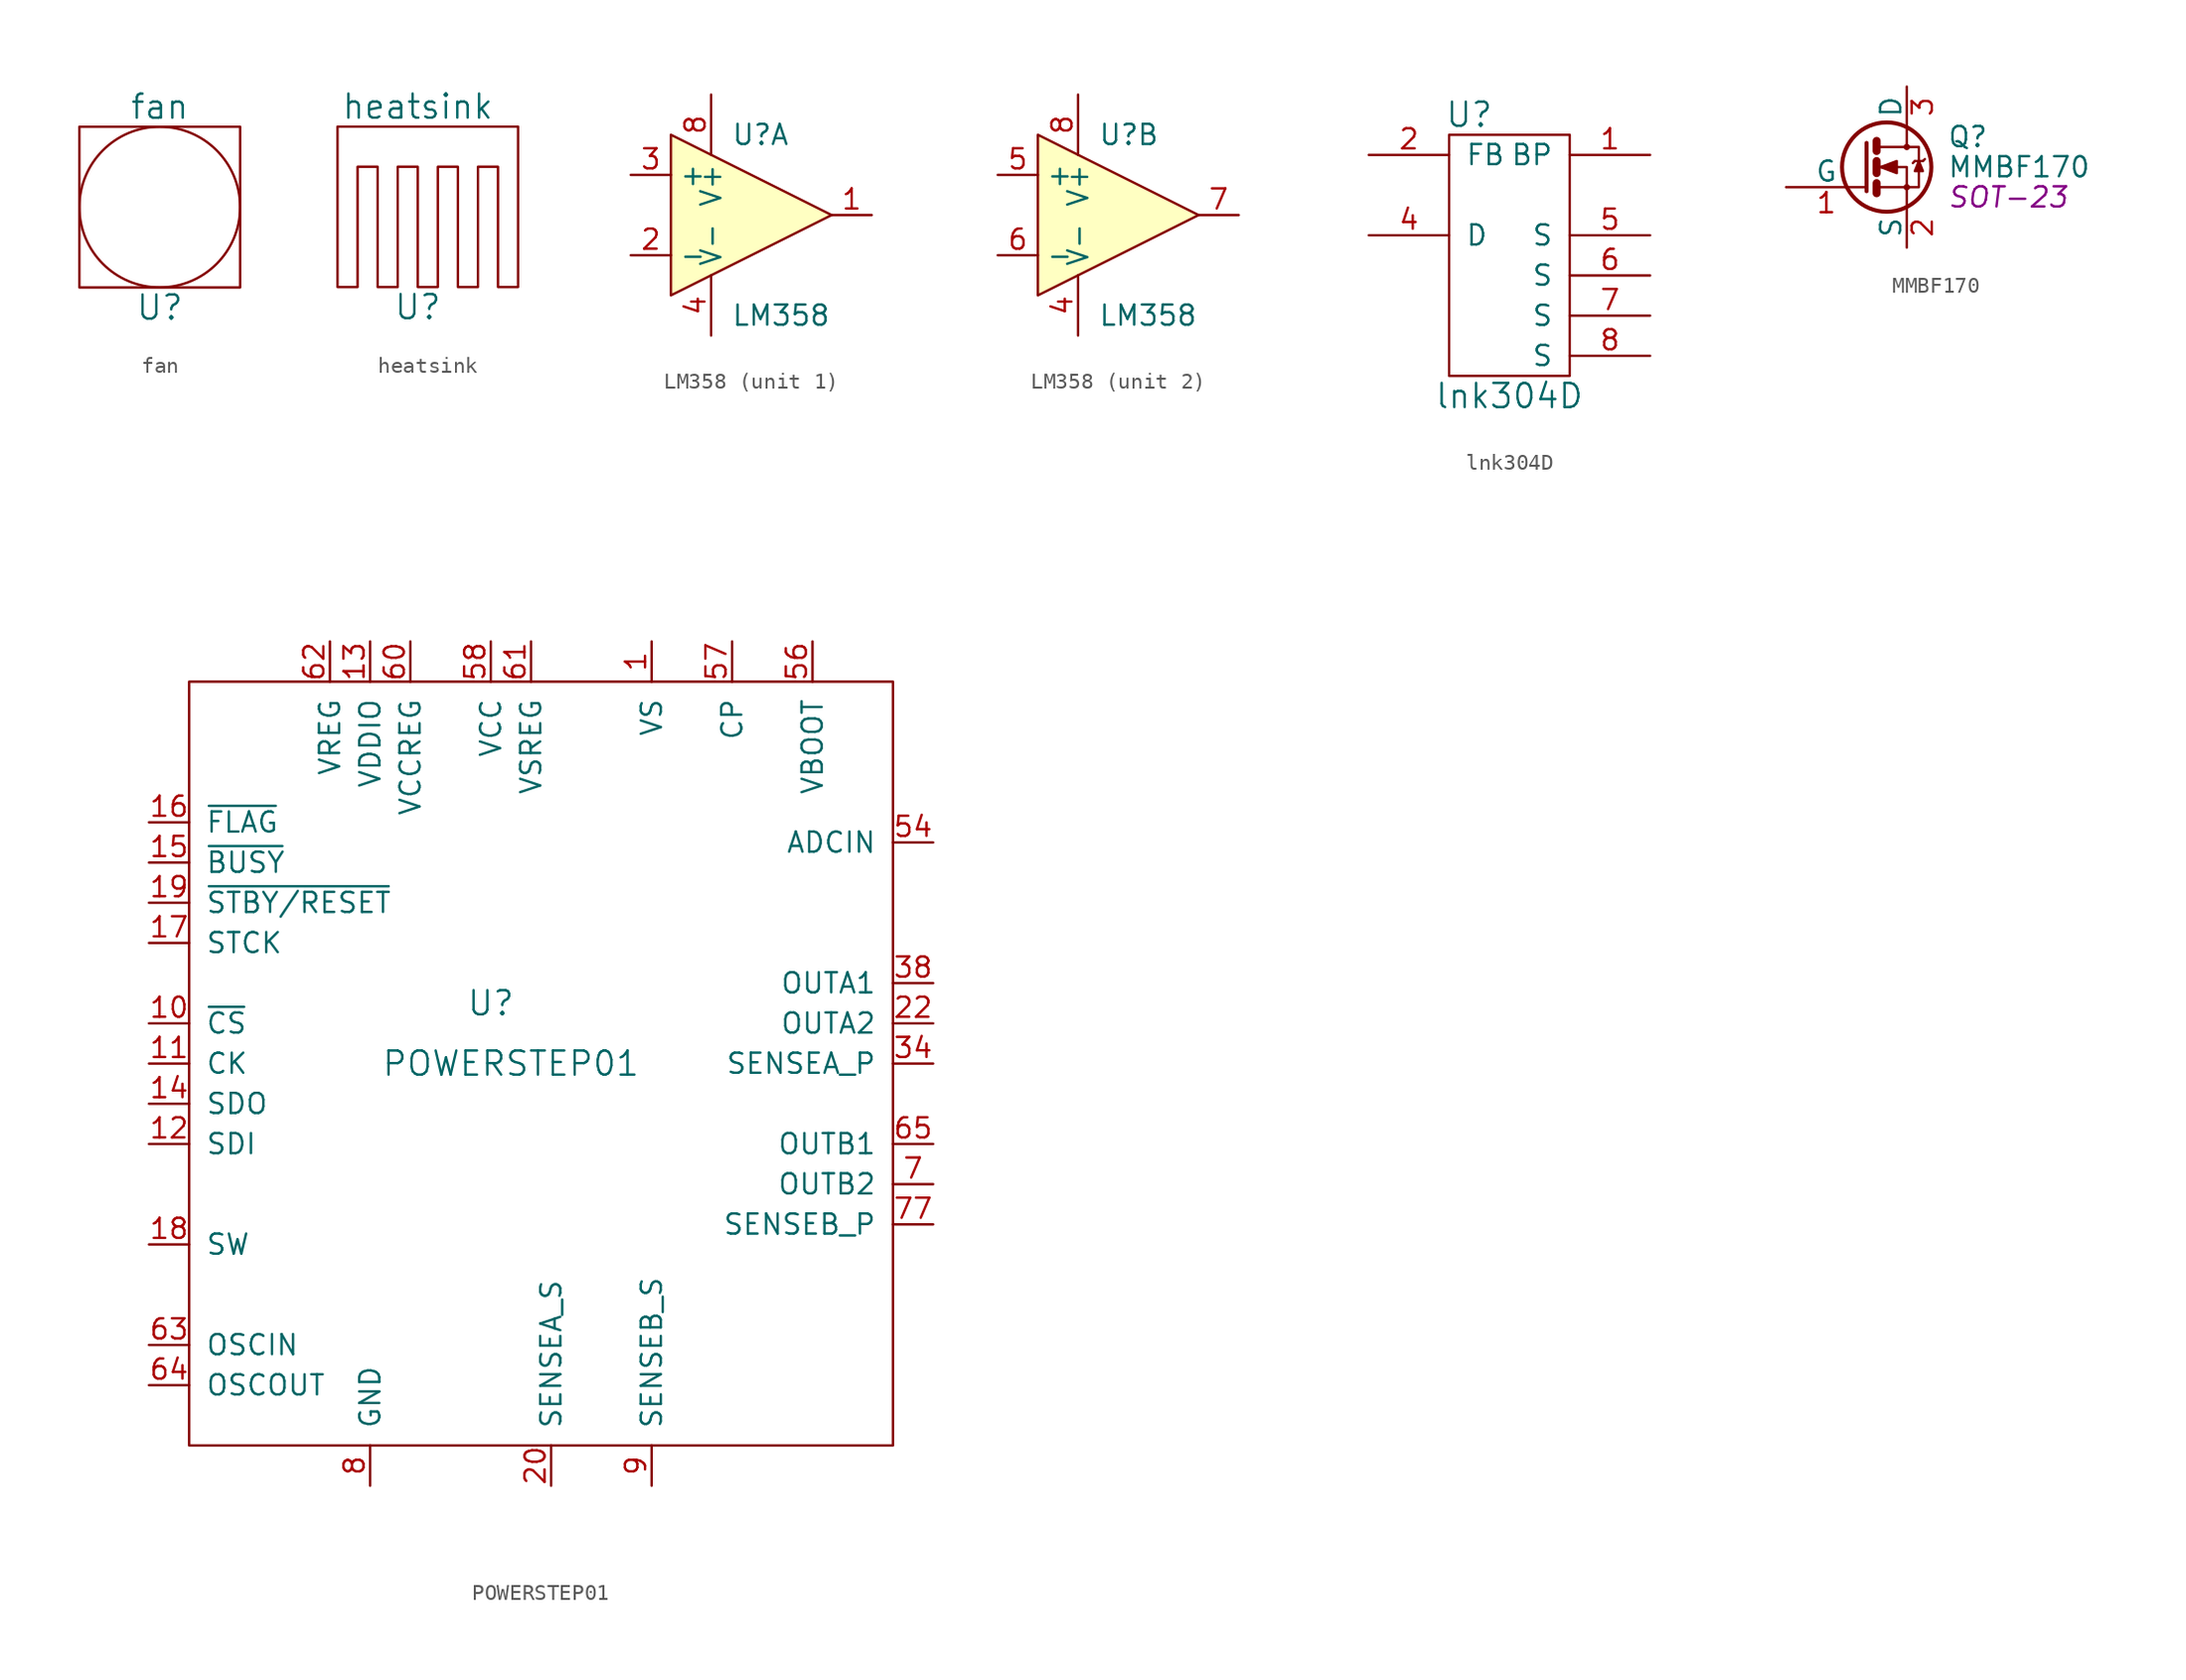
<source format=kicad_sym>
(kicad_symbol_lib
  (version 20211014)
  (generator kicad_symbol_editor)
  (symbol "fan"
    (pin_names
      (offset 1.016))
    (property "Reference" "U"
      (at 0 -6.35 0)
      (effects (font (size 1.524 1.524))))
    (property "Value" "fan"
      (at 0 6.35 0)
      (effects (font (size 1.524 1.524))))
    (symbol "fan_0_1"
      (rectangle (start -5.08 5.08) (end 5.08 -5.08) (stroke (width 0) (type default) (color 0 0 0 0)) (fill (type none)))
      (circle (center 0 0) (radius 5.08) (stroke (width 0) (type default) (color 0 0 0 0)) (fill (type none)))))
  (symbol "heatsink"
    (pin_names
      (offset 1.016))
    (property "Reference" "U"
      (at 0 -7.62 0)
      (effects (font (size 1.524 1.524))))
    (property "Value" "heatsink"
      (at 0 5.08 0)
      (effects (font (size 1.524 1.524))))
    (symbol "heatsink_0_1"
      (polyline (pts (xy -5.08 3.81) (xy 6.35 3.81) (xy 6.35 -6.35) (xy 5.08 -6.35) (xy 5.08 1.27) (xy 3.81 1.27) (xy 3.81 -6.35) (xy 2.54 -6.35) (xy 2.54 1.27) (xy 1.27 1.27) (xy 1.27 -6.35) (xy 0 -6.35) (xy 0 1.27) (xy -1.27 1.27) (xy -1.27 -6.35) (xy -2.54 -6.35) (xy -2.54 1.27) (xy -3.81 1.27) (xy -3.81 -6.35) (xy -5.08 -6.35) (xy -5.08 3.81)) (stroke (width 0) (type default) (color 0 0 0 0)) (fill (type none)))))
  (symbol "LM358"
    (property "Reference" "U"
      (at -1.27 5.08 0)
      (effects (font (size 1.27 1.27)) (justify left)))
    (property "Value" "LM358"
      (at -1.27 -6.35 0)
      (effects (font (size 1.27 1.27)) (justify left)))
    (property "Footprint" ""
      (at 0 0 0)
      (effects (font (size 1.27 1.27))))
    (property "Datasheet" ""
      (at 0 0 0)
      (effects (font (size 1.27 1.27))))
    (symbol "LM358_0_1"
      (polyline (pts (xy -5.08 5.08) (xy 5.08 0) (xy -5.08 -5.08) (xy -5.08 5.08)) (stroke (width 0.152) (type default) (color 0 0 0 0)) (fill (type background)))
      (pin power_in line (at -2.54 -7.62 90) (length 3.81) (name "V-" (effects (font (size 1.27 1.27)))) (number "4" (effects (font (size 1.27 1.27)))))
      (pin power_in line (at -2.54 7.62 270) (length 3.81) (name "V+" (effects (font (size 1.27 1.27)))) (number "8" (effects (font (size 1.27 1.27))))))
    (symbol "LM358_1_1"
      (pin output line (at 7.62 0 180) (length 2.54) (name "~" (effects (font (size 1.27 1.27)))) (number "1" (effects (font (size 1.27 1.27)))))
      (pin input line (at -7.62 -2.54 0) (length 2.54) (name "-" (effects (font (size 1.27 1.27)))) (number "2" (effects (font (size 1.27 1.27)))))
      (pin input line (at -7.62 2.54 0) (length 2.54) (name "+" (effects (font (size 1.27 1.27)))) (number "3" (effects (font (size 1.27 1.27))))))
    (symbol "LM358_2_1"
      (pin input line (at -7.62 2.54 0) (length 2.54) (name "+" (effects (font (size 1.27 1.27)))) (number "5" (effects (font (size 1.27 1.27)))))
      (pin input line (at -7.62 -2.54 0) (length 2.54) (name "-" (effects (font (size 1.27 1.27)))) (number "6" (effects (font (size 1.27 1.27)))))
      (pin output line (at 7.62 0 180) (length 2.54) (name "~" (effects (font (size 1.27 1.27)))) (number "7" (effects (font (size 1.27 1.27)))))))
  (symbol "lnk304D"
    (pin_names
      (offset 1.016))
    (property "Reference" "U"
      (at -2.54 5.08 0)
      (effects (font (size 1.524 1.524))))
    (property "Value" "lnk304D"
      (at 0 -12.7 0)
      (effects (font (size 1.524 1.524))))
    (property "Footprint" ""
      (at 0 0 0)
      (effects (font (size 1.524 1.524))))
    (property "Datasheet" ""
      (at 0 0 0)
      (effects (font (size 1.524 1.524))))
    (symbol "lnk304D_0_1"
      (rectangle (start -3.81 3.81) (end 3.81 -11.43) (stroke (width 0) (type default) (color 0 0 0 0)) (fill (type none))))
    (symbol "lnk304D_1_1"
      (pin power_in line (at 8.89 2.54 180) (length 5.08) (name "BP" (effects (font (size 1.27 1.27)))) (number "1" (effects (font (size 1.27 1.27)))))
      (pin input line (at -8.89 2.54 0) (length 5.08) (name "FB" (effects (font (size 1.27 1.27)))) (number "2" (effects (font (size 1.27 1.27)))))
      (pin power_in line (at -8.89 -2.54 0) (length 5.08) (name "D" (effects (font (size 1.27 1.27)))) (number "4" (effects (font (size 1.27 1.27)))))
      (pin power_out line (at 8.89 -2.54 180) (length 5.08) (name "S" (effects (font (size 1.27 1.27)))) (number "5" (effects (font (size 1.27 1.27)))))
      (pin power_out line (at 8.89 -5.08 180) (length 5.08) (name "S" (effects (font (size 1.27 1.27)))) (number "6" (effects (font (size 1.27 1.27)))))
      (pin power_out line (at 8.89 -7.62 180) (length 5.08) (name "S" (effects (font (size 1.27 1.27)))) (number "7" (effects (font (size 1.27 1.27)))))
      (pin power_out line (at 8.89 -10.16 180) (length 5.08) (name "S" (effects (font (size 1.27 1.27)))) (number "8" (effects (font (size 1.27 1.27)))))))
  (symbol "MMBF170"
    (pin_names
      (offset 0))
    (property "Reference" "Q"
      (at 5.08 1.905 0)
      (effects (font (size 1.27 1.27)) (justify left)))
    (property "Value" "MMBF170"
      (at 5.08 0 0)
      (effects (font (size 1.27 1.27)) (justify left)))
    (property "Footprint" "SOT-23"
      (at 5.08 -1.905 0)
      (effects (font (size 1.27 1.27) italic) (justify left)))
    (property "Datasheet" ""
      (at 0 0 0)
      (effects (font (size 1.27 1.27)) (justify left)))
    (symbol "MMBF170_0_1"
      (polyline (pts (xy 0.635 -1.016) (xy 0.635 -1.651)) (stroke (width 0.508) (type default) (color 0 0 0 0)) (fill (type none)))
      (polyline (pts (xy 0.635 0.381) (xy 0.635 -0.381)) (stroke (width 0.508) (type default) (color 0 0 0 0)) (fill (type none)))
      (polyline (pts (xy 0.635 1.651) (xy 0.635 1.016)) (stroke (width 0.508) (type default) (color 0 0 0 0)) (fill (type none)))
      (polyline (pts (xy 3.048 0.381) (xy 2.921 0.254)) (stroke (width 0) (type default) (color 0 0 0 0)) (fill (type none)))
      (polyline (pts (xy 3.048 0.381) (xy 3.556 0.381)) (stroke (width 0) (type default) (color 0 0 0 0)) (fill (type none)))
      (polyline (pts (xy 3.556 0.381) (xy 3.683 0.508)) (stroke (width 0) (type default) (color 0 0 0 0)) (fill (type none)))
      (polyline (pts (xy 0 1.524) (xy 0 -1.524) (xy 0 -1.524)) (stroke (width 0.254) (type default) (color 0 0 0 0)) (fill (type none)))
      (polyline (pts (xy 0.762 -1.27) (xy 2.54 -1.27) (xy 2.54 -2.54) (xy 2.54 -2.54)) (stroke (width 0) (type default) (color 0 0 0 0)) (fill (type none)))
      (polyline (pts (xy 0.762 1.27) (xy 2.54 1.27) (xy 2.54 2.54) (xy 2.54 2.54)) (stroke (width 0) (type default) (color 0 0 0 0)) (fill (type none)))
      (polyline (pts (xy 2.54 1.27) (xy 3.302 1.27) (xy 3.302 -1.27) (xy 2.54 -1.27)) (stroke (width 0) (type default) (color 0 0 0 0)) (fill (type none)))
      (polyline (pts (xy 3.302 0.381) (xy 3.048 -0.254) (xy 3.556 -0.254) (xy 3.302 0.381)) (stroke (width 0) (type default) (color 0 0 0 0)) (fill (type outline)))
      (polyline (pts (xy 0.762 0) (xy 1.27 0) (xy 2.54 0) (xy 2.54 -1.27) (xy 2.54 -1.27)) (stroke (width 0) (type default) (color 0 0 0 0)) (fill (type none)))
      (polyline (pts (xy 0.889 0) (xy 1.905 0.381) (xy 1.905 -0.381) (xy 0.889 0) (xy 1.016 0) (xy 1.016 0)) (stroke (width 0) (type default) (color 0 0 0 0)) (fill (type outline)))
      (circle (center 1.27 0) (radius 2.819) (stroke (width 0.254) (type default) (color 0 0 0 0)) (fill (type none)))
      (circle (center 2.54 -1.27) (radius 0.127) (stroke (width 0) (type default) (color 0 0 0 0)) (fill (type none)))
      (circle (center 2.54 1.27) (radius 0.127) (stroke (width 0) (type default) (color 0 0 0 0)) (fill (type none))))
    (symbol "MMBF170_1_1"
      (pin input line (at -5.08 -1.27 0) (length 5.08) (name "G" (effects (font (size 1.27 1.27)))) (number "1" (effects (font (size 1.27 1.27)))))
      (pin passive line (at 2.54 -5.08 90) (length 2.54) (name "S" (effects (font (size 1.27 1.27)))) (number "2" (effects (font (size 1.27 1.27)))))
      (pin passive line (at 2.54 5.08 270) (length 2.54) (name "D" (effects (font (size 1.27 1.27)))) (number "3" (effects (font (size 1.27 1.27)))))))
  (symbol "POWERSTEP01"
    (pin_names
      (offset 1.016))
    (property "Reference" "U"
      (at -1.27 5.08 0)
      (effects (font (size 1.524 1.524))))
    (property "Value" "POWERSTEP01"
      (at 0 1.27 0)
      (effects (font (size 1.524 1.524))))
    (symbol "POWERSTEP01_0_1"
      (rectangle (start 24.13 25.4) (end -20.32 -22.86) (stroke (width 0) (type default) (color 0 0 0 0)) (fill (type none))))
    (symbol "POWERSTEP01_1_1"
      (pin input line (at 8.89 27.94 270) (length 2.54) (name "VS" (effects (font (size 1.27 1.27)))) (number "1" (effects (font (size 1.27 1.27)))))
      (pin input line (at -22.86 3.81 0) (length 2.54) (name "~{CS}" (effects (font (size 1.27 1.27)))) (number "10" (effects (font (size 1.27 1.27)))))
      (pin input line (at -22.86 1.27 0) (length 2.54) (name "CK" (effects (font (size 1.27 1.27)))) (number "11" (effects (font (size 1.27 1.27)))))
      (pin input line (at -22.86 -3.81 0) (length 2.54) (name "SDI" (effects (font (size 1.27 1.27)))) (number "12" (effects (font (size 1.27 1.27)))))
      (pin input line (at -8.89 27.94 270) (length 2.54) (name "VDDIO" (effects (font (size 1.27 1.27)))) (number "13" (effects (font (size 1.27 1.27)))))
      (pin input line (at -22.86 -1.27 0) (length 2.54) (name "SDO" (effects (font (size 1.27 1.27)))) (number "14" (effects (font (size 1.27 1.27)))))
      (pin input line (at -22.86 13.97 0) (length 2.54) (name "~{BUSY}" (effects (font (size 1.27 1.27)))) (number "15" (effects (font (size 1.27 1.27)))))
      (pin input line (at -22.86 16.51 0) (length 2.54) (name "~{FLAG}" (effects (font (size 1.27 1.27)))) (number "16" (effects (font (size 1.27 1.27)))))
      (pin input line (at -22.86 8.89 0) (length 2.54) (name "STCK" (effects (font (size 1.27 1.27)))) (number "17" (effects (font (size 1.27 1.27)))))
      (pin input line (at -22.86 -10.16 0) (length 2.54) (name "SW" (effects (font (size 1.27 1.27)))) (number "18" (effects (font (size 1.27 1.27)))))
      (pin input line (at -22.86 11.43 0) (length 2.54) (name "~{STBY/RESET}" (effects (font (size 1.27 1.27)))) (number "19" (effects (font (size 1.27 1.27)))))
      (pin input line (at 2.54 -25.4 90) (length 2.54) (name "SENSEA_S" (effects (font (size 1.27 1.27)))) (number "20" (effects (font (size 1.27 1.27)))))
      (pin input line (at 26.67 3.81 180) (length 2.54) (name "OUTA2" (effects (font (size 1.27 1.27)))) (number "22" (effects (font (size 1.27 1.27)))))
      (pin input line (at 26.67 1.27 180) (length 2.54) (name "SENSEA_P" (effects (font (size 1.27 1.27)))) (number "34" (effects (font (size 1.27 1.27)))))
      (pin input line (at 26.67 6.35 180) (length 2.54) (name "OUTA1" (effects (font (size 1.27 1.27)))) (number "38" (effects (font (size 1.27 1.27)))))
      (pin input line (at 26.67 15.24 180) (length 2.54) (name "ADCIN" (effects (font (size 1.27 1.27)))) (number "54" (effects (font (size 1.27 1.27)))))
      (pin input line (at 19.05 27.94 270) (length 2.54) (name "VBOOT" (effects (font (size 1.27 1.27)))) (number "56" (effects (font (size 1.27 1.27)))))
      (pin input line (at 13.97 27.94 270) (length 2.54) (name "CP" (effects (font (size 1.27 1.27)))) (number "57" (effects (font (size 1.27 1.27)))))
      (pin input line (at -1.27 27.94 270) (length 2.54) (name "VCC" (effects (font (size 1.27 1.27)))) (number "58" (effects (font (size 1.27 1.27)))))
      (pin input line (at -6.35 27.94 270) (length 2.54) (name "VCCREG" (effects (font (size 1.27 1.27)))) (number "60" (effects (font (size 1.27 1.27)))))
      (pin input line (at 1.27 27.94 270) (length 2.54) (name "VSREG" (effects (font (size 1.27 1.27)))) (number "61" (effects (font (size 1.27 1.27)))))
      (pin input line (at -11.43 27.94 270) (length 2.54) (name "VREG" (effects (font (size 1.27 1.27)))) (number "62" (effects (font (size 1.27 1.27)))))
      (pin input line (at -22.86 -16.51 0) (length 2.54) (name "OSCIN" (effects (font (size 1.27 1.27)))) (number "63" (effects (font (size 1.27 1.27)))))
      (pin input line (at -22.86 -19.05 0) (length 2.54) (name "OSCOUT" (effects (font (size 1.27 1.27)))) (number "64" (effects (font (size 1.27 1.27)))))
      (pin input line (at 26.67 -3.81 180) (length 2.54) (name "OUTB1" (effects (font (size 1.27 1.27)))) (number "65" (effects (font (size 1.27 1.27)))))
      (pin input line (at 26.67 -6.35 180) (length 2.54) (name "OUTB2" (effects (font (size 1.27 1.27)))) (number "7" (effects (font (size 1.27 1.27)))))
      (pin input line (at 26.67 -8.89 180) (length 2.54) (name "SENSEB_P" (effects (font (size 1.27 1.27)))) (number "77" (effects (font (size 1.27 1.27)))))
      (pin input line (at -8.89 -25.4 90) (length 2.54) (name "GND" (effects (font (size 1.27 1.27)))) (number "8" (effects (font (size 1.27 1.27)))))
      (pin input line (at 8.89 -25.4 90) (length 2.54) (name "SENSEB_S" (effects (font (size 1.27 1.27)))) (number "9" (effects (font (size 1.27 1.27))))))))
</source>
